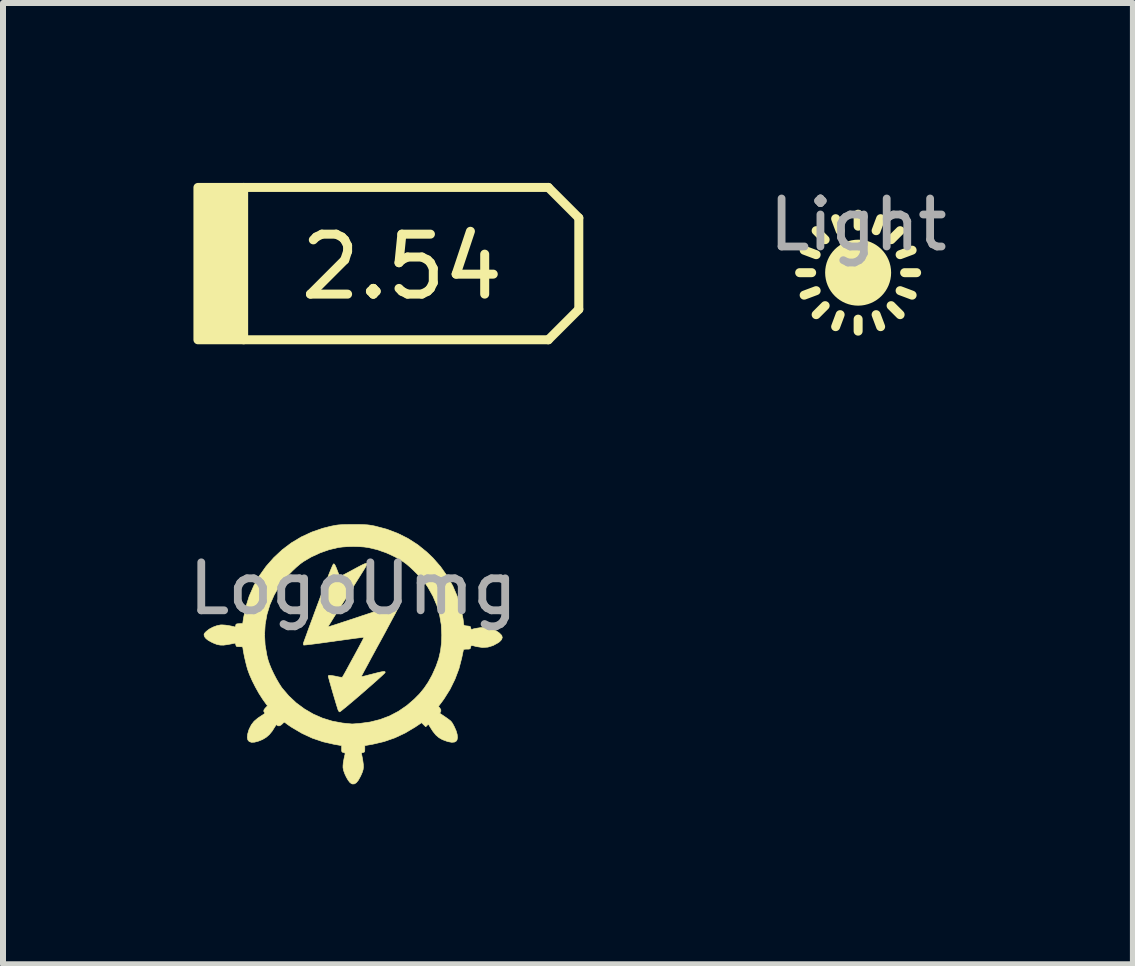
<source format=kicad_pcb>
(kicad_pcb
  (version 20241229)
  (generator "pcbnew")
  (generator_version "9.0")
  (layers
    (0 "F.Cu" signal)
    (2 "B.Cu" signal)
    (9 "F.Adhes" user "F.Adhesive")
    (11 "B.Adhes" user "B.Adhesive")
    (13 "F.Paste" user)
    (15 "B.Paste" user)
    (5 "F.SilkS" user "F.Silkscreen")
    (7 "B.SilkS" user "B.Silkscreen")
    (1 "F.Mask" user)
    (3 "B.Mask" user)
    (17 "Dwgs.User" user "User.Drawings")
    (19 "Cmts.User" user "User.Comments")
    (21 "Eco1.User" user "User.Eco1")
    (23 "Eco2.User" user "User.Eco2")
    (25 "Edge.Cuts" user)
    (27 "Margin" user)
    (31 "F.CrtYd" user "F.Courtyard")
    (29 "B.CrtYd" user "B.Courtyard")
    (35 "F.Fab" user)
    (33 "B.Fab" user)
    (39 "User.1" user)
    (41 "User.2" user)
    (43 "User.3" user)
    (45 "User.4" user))
  (footprint "Light"
    (layer "F.Cu")
    (at 11.257 1.496)
    (property "Reference" "Light" (at 0 -0.8 0) (layer "F.Fab") (effects (font (size 0.8 0.8) (thickness 0.13))))
    (attr through_hole)
    (fp_line (start -0.775 0) (end -0.975 0) (stroke (width 0.15) (type solid)) (layer "F.SilkS"))
    (fp_line (start -0.7 -0.3) (end -0.9 -0.375) (stroke (width 0.15) (type solid)) (layer "F.SilkS"))
    (fp_line (start -0.7 0.3) (end -0.9 0.375) (stroke (width 0.15) (type solid)) (layer "F.SilkS"))
    (fp_line (start -0.55 -0.55) (end -0.7 -0.7) (stroke (width 0.15) (type solid)) (layer "F.SilkS"))
    (fp_line (start -0.55 0.55) (end -0.7 0.7) (stroke (width 0.15) (type solid)) (layer "F.SilkS"))
    (fp_line (start -0.3 -0.7) (end -0.375 -0.9) (stroke (width 0.15) (type solid)) (layer "F.SilkS"))
    (fp_line (start -0.3 0.7) (end -0.375 0.9) (stroke (width 0.15) (type solid)) (layer "F.SilkS"))
    (fp_line (start 0 -0.775) (end 0 -0.975) (stroke (width 0.15) (type solid)) (layer "F.SilkS"))
    (fp_line (start 0 0.775) (end 0 0.975) (stroke (width 0.15) (type solid)) (layer "F.SilkS"))
    (fp_line (start 0.3 -0.7) (end 0.375 -0.9) (stroke (width 0.15) (type solid)) (layer "F.SilkS"))
    (fp_line (start 0.3 0.7) (end 0.375 0.9) (stroke (width 0.15) (type solid)) (layer "F.SilkS"))
    (fp_line (start 0.55 -0.55) (end 0.7 -0.7) (stroke (width 0.15) (type solid)) (layer "F.SilkS"))
    (fp_line (start 0.55 0.55) (end 0.7 0.7) (stroke (width 0.15) (type solid)) (layer "F.SilkS"))
    (fp_line (start 0.7 -0.3) (end 0.9 -0.375) (stroke (width 0.15) (type solid)) (layer "F.SilkS"))
    (fp_line (start 0.7 0.3) (end 0.9 0.375) (stroke (width 0.15) (type solid)) (layer "F.SilkS"))
    (fp_line (start 0.775 0) (end 0.975 0) (stroke (width 0.15) (type solid)) (layer "F.SilkS"))
    (fp_circle (center 0 0) (end 0.275 0) (stroke (width 0.55) (type solid)) (fill no) (layer "F.SilkS")))
  (footprint "2.54"
    (layer "F.Cu")
    (at 0.25 1.599)
    (property "Reference" "2.54" (at 3.4 -0.2 0) (layer "F.SilkS") (effects (font (size 1 1) (thickness 0.15))))
    (attr through_hole)
    (fp_line (start 0.762 -1.524) (end 5.842 -1.524) (stroke (width 0.15) (type solid)) (layer "F.SilkS"))
    (fp_line (start 5.842 -1.524) (end 6.35 -1.016) (stroke (width 0.15) (type solid)) (layer "F.SilkS"))
    (fp_line (start 5.842 1.016) (end 0.762 1.016) (stroke (width 0.15) (type solid)) (layer "F.SilkS"))
    (fp_line (start 6.35 -1.016) (end 6.35 0.508) (stroke (width 0.15) (type solid)) (layer "F.SilkS"))
    (fp_line (start 6.35 0.508) (end 5.842 1.016) (stroke (width 0.15) (type solid)) (layer "F.SilkS"))
    (fp_poly (pts (xy 0.762 1.016) (xy 0 1.016) (xy 0 -1.524) (xy 0.762 -1.524)) (stroke (width 0.15) (type solid)) (fill yes) (layer "F.SilkS")))
  (footprint "LogoUmg"
    (layer "F.Cu")
    (at 2.839 7.762)
    (property "Reference" "LogoUmg" (at 0 -1 0) (layer "F.Fab") (effects (font (size 0.8 0.8) (thickness 0.13))))
    (attr through_hole)
    (fp_poly (pts (xy 0.229 -1.419) (xy 0.233 -1.412) (xy 0.234 -1.409) (xy 0.228 -1.398) (xy 0.213 -1.372) (xy 0.189 -1.331) (xy 0.156 -1.278) (xy 0.116 -1.214) (xy 0.07 -1.141) (xy 0.019 -1.059) (xy -0.036 -0.972) (xy -0.095 -0.879) (xy -0.096 -0.878) (xy -0.155 -0.786) (xy -0.21 -0.698) (xy -0.261 -0.618) (xy -0.307 -0.546) (xy -0.346 -0.483) (xy -0.378 -0.431) (xy -0.403 -0.392) (xy -0.418 -0.368) (xy -0.423 -0.358) (xy -0.423 -0.358) (xy -0.413 -0.361) (xy -0.386 -0.37) (xy -0.342 -0.384) (xy -0.285 -0.402) (xy -0.215 -0.425) (xy -0.134 -0.452) (xy -0.043 -0.482) (xy 0.055 -0.514) (xy 0.158 -0.549) (xy 0.262 -0.583) (xy 0.361 -0.616) (xy 0.453 -0.646) (xy 0.535 -0.673) (xy 0.607 -0.697) (xy 0.667 -0.716) (xy 0.713 -0.73) (xy 0.742 -0.739) (xy 0.754 -0.742) (xy 0.769 -0.734) (xy 0.772 -0.725) (xy 0.767 -0.714) (xy 0.754 -0.686) (xy 0.732 -0.643) (xy 0.703 -0.587) (xy 0.667 -0.52) (xy 0.625 -0.442) (xy 0.579 -0.356) (xy 0.529 -0.262) (xy 0.475 -0.163) (xy 0.452 -0.121) (xy 0.397 -0.021) (xy 0.345 0.075) (xy 0.297 0.163) (xy 0.254 0.244) (xy 0.216 0.314) (xy 0.184 0.373) (xy 0.159 0.42) (xy 0.142 0.452) (xy 0.133 0.469) (xy 0.132 0.471) (xy 0.141 0.47) (xy 0.167 0.464) (xy 0.206 0.455) (xy 0.255 0.442) (xy 0.302 0.43) (xy 0.376 0.411) (xy 0.433 0.397) (xy 0.475 0.388) (xy 0.504 0.384) (xy 0.522 0.384) (xy 0.531 0.389) (xy 0.533 0.398) (xy 0.533 0.398) (xy 0.526 0.408) (xy 0.505 0.429) (xy 0.472 0.46) (xy 0.428 0.5) (xy 0.377 0.546) (xy 0.319 0.597) (xy 0.256 0.652) (xy 0.19 0.71) (xy 0.124 0.767) (xy 0.058 0.824) (xy -0.005 0.878) (xy -0.064 0.927) (xy -0.116 0.971) (xy -0.161 1.007) (xy -0.195 1.035) (xy -0.218 1.052) (xy -0.227 1.057) (xy -0.24 1.047) (xy -0.253 1.023) (xy -0.258 1.008) (xy -0.269 0.972) (xy -0.284 0.924) (xy -0.301 0.867) (xy -0.32 0.804) (xy -0.339 0.739) (xy -0.358 0.674) (xy -0.375 0.613) (xy -0.391 0.558) (xy -0.403 0.513) (xy -0.412 0.48) (xy -0.416 0.463) (xy -0.417 0.461) (xy -0.411 0.451) (xy -0.392 0.448) (xy -0.359 0.451) (xy -0.309 0.459) (xy -0.274 0.467) (xy -0.235 0.475) (xy -0.203 0.479) (xy -0.184 0.48) (xy -0.181 0.479) (xy -0.175 0.468) (xy -0.16 0.443) (xy -0.138 0.404) (xy -0.111 0.355) (xy -0.08 0.298) (xy -0.046 0.235) (xy -0.01 0.169) (xy 0.027 0.102) (xy 0.062 0.037) (xy 0.095 -0.024) (xy 0.124 -0.079) (xy 0.149 -0.126) (xy 0.167 -0.161) (xy 0.178 -0.182) (xy 0.181 -0.188) (xy 0.17 -0.188) (xy 0.142 -0.184) (xy 0.097 -0.178) (xy 0.038 -0.171) (xy -0.033 -0.161) (xy -0.115 -0.15) (xy -0.206 -0.137) (xy -0.303 -0.124) (xy -0.319 -0.121) (xy -0.417 -0.108) (xy -0.509 -0.095) (xy -0.593 -0.084) (xy -0.667 -0.074) (xy -0.73 -0.067) (xy -0.778 -0.061) (xy -0.81 -0.058) (xy -0.825 -0.057) (xy -0.825 -0.057) (xy -0.831 -0.071) (xy -0.831 -0.086) (xy -0.827 -0.099) (xy -0.816 -0.129) (xy -0.799 -0.176) (xy -0.777 -0.236) (xy -0.751 -0.309) (xy -0.72 -0.393) (xy -0.685 -0.487) (xy -0.648 -0.588) (xy -0.608 -0.696) (xy -0.584 -0.76) (xy -0.535 -0.892) (xy -0.493 -1.007) (xy -0.456 -1.104) (xy -0.425 -1.186) (xy -0.399 -1.253) (xy -0.377 -1.307) (xy -0.36 -1.348) (xy -0.347 -1.378) (xy -0.337 -1.398) (xy -0.329 -1.409) (xy -0.325 -1.412) (xy -0.314 -1.406) (xy -0.302 -1.387) (xy -0.286 -1.353) (xy -0.269 -1.31) (xy -0.253 -1.268) (xy -0.238 -1.233) (xy -0.227 -1.21) (xy -0.222 -1.203) (xy -0.211 -1.206) (xy -0.185 -1.218) (xy -0.146 -1.237) (xy -0.098 -1.262) (xy -0.042 -1.292) (xy -0.009 -1.31) (xy 0.065 -1.35) (xy 0.122 -1.38) (xy 0.166 -1.402) (xy 0.197 -1.415) (xy 0.217 -1.42) (xy 0.229 -1.419)) (stroke (width 0.01) (type solid)) (fill yes) (layer "F.SilkS"))
    (fp_poly (pts (xy 0.078 -2.067) (xy 0.14 -2.066) (xy 0.19 -2.064) (xy 0.231 -2.062) (xy 0.267 -2.058) (xy 0.303 -2.052) (xy 0.343 -2.045) (xy 0.366 -2.04) (xy 0.559 -1.989) (xy 0.741 -1.92) (xy 0.912 -1.835) (xy 1.074 -1.731) (xy 1.224 -1.61) (xy 1.327 -1.512) (xy 1.455 -1.366) (xy 1.566 -1.209) (xy 1.66 -1.043) (xy 1.735 -0.868) (xy 1.792 -0.684) (xy 1.831 -0.494) (xy 1.841 -0.406) (xy 1.845 -0.392) (xy 1.855 -0.383) (xy 1.877 -0.378) (xy 1.9 -0.376) (xy 1.932 -0.372) (xy 1.949 -0.367) (xy 1.957 -0.356) (xy 1.959 -0.342) (xy 1.965 -0.322) (xy 1.975 -0.318) (xy 2.008 -0.328) (xy 2.053 -0.337) (xy 2.104 -0.345) (xy 2.153 -0.351) (xy 2.193 -0.353) (xy 2.21 -0.353) (xy 2.27 -0.341) (xy 2.332 -0.319) (xy 2.389 -0.291) (xy 2.437 -0.258) (xy 2.471 -0.223) (xy 2.478 -0.212) (xy 2.485 -0.181) (xy 2.472 -0.147) (xy 2.44 -0.113) (xy 2.415 -0.095) (xy 2.331 -0.049) (xy 2.245 -0.023) (xy 2.155 -0.017) (xy 2.061 -0.031) (xy 2.046 -0.034) (xy 2.006 -0.045) (xy 1.981 -0.049) (xy 1.968 -0.047) (xy 1.961 -0.037) (xy 1.957 -0.02) (xy 1.953 -0.003) (xy 1.944 0.006) (xy 1.925 0.01) (xy 1.895 0.01) (xy 1.863 0.011) (xy 1.845 0.015) (xy 1.837 0.025) (xy 1.835 0.033) (xy 1.831 0.052) (xy 1.824 0.086) (xy 1.815 0.129) (xy 1.808 0.162) (xy 1.762 0.339) (xy 1.696 0.513) (xy 1.613 0.682) (xy 1.513 0.841) (xy 1.476 0.892) (xy 1.42 0.966) (xy 1.441 0.989) (xy 1.46 1.019) (xy 1.461 1.047) (xy 1.45 1.065) (xy 1.443 1.078) (xy 1.453 1.087) (xy 1.467 1.096) (xy 1.494 1.114) (xy 1.529 1.138) (xy 1.554 1.155) (xy 1.594 1.184) (xy 1.622 1.206) (xy 1.642 1.228) (xy 1.66 1.256) (xy 1.68 1.294) (xy 1.685 1.303) (xy 1.715 1.371) (xy 1.733 1.432) (xy 1.738 1.483) (xy 1.731 1.523) (xy 1.718 1.543) (xy 1.688 1.56) (xy 1.644 1.564) (xy 1.586 1.554) (xy 1.556 1.545) (xy 1.486 1.519) (xy 1.429 1.486) (xy 1.379 1.443) (xy 1.332 1.386) (xy 1.298 1.334) (xy 1.253 1.261) (xy 1.231 1.283) (xy 1.209 1.305) (xy 1.174 1.271) (xy 1.14 1.237) (xy 1.03 1.311) (xy 0.865 1.409) (xy 0.692 1.49) (xy 0.513 1.552) (xy 0.329 1.595) (xy 0.32 1.597) (xy 0.193 1.619) (xy 0.193 1.673) (xy 0.192 1.705) (xy 0.188 1.722) (xy 0.178 1.73) (xy 0.162 1.734) (xy 0.14 1.741) (xy 0.136 1.753) (xy 0.137 1.756) (xy 0.142 1.773) (xy 0.148 1.804) (xy 0.156 1.845) (xy 0.16 1.871) (xy 0.168 1.929) (xy 0.17 1.976) (xy 0.165 2.019) (xy 0.151 2.064) (xy 0.127 2.119) (xy 0.117 2.139) (xy 0.084 2.198) (xy 0.052 2.237) (xy 0.02 2.257) (xy -0.012 2.259) (xy -0.03 2.253) (xy -0.058 2.231) (xy -0.086 2.194) (xy -0.114 2.146) (xy -0.139 2.093) (xy -0.159 2.039) (xy -0.17 1.988) (xy -0.17 1.985) (xy -0.17 1.954) (xy -0.166 1.909) (xy -0.157 1.856) (xy -0.146 1.801) (xy -0.136 1.762) (xy -0.136 1.746) (xy -0.149 1.737) (xy -0.162 1.734) (xy -0.18 1.729) (xy -0.189 1.72) (xy -0.193 1.702) (xy -0.193 1.673) (xy -0.193 1.619) (xy -0.32 1.597) (xy -0.503 1.555) (xy -0.683 1.494) (xy -0.855 1.414) (xy -1.02 1.317) (xy -1.028 1.312) (xy -1.07 1.284) (xy -1.105 1.259) (xy -1.13 1.24) (xy -1.143 1.23) (xy -1.143 1.229) (xy -1.152 1.23) (xy -1.17 1.244) (xy -1.18 1.255) (xy -1.207 1.278) (xy -1.234 1.29) (xy -1.256 1.288) (xy -1.265 1.28) (xy -1.276 1.271) (xy -1.288 1.278) (xy -1.305 1.303) (xy -1.305 1.303) (xy -1.352 1.378) (xy -1.4 1.436) (xy -1.452 1.481) (xy -1.512 1.517) (xy -1.581 1.545) (xy -1.646 1.562) (xy -1.697 1.564) (xy -1.734 1.551) (xy -1.757 1.524) (xy -1.766 1.482) (xy -1.76 1.427) (xy -1.74 1.358) (xy -1.732 1.339) (xy -1.698 1.272) (xy -1.653 1.214) (xy -1.592 1.162) (xy -1.543 1.129) (xy -1.506 1.105) (xy -1.483 1.089) (xy -1.474 1.078) (xy -1.475 1.07) (xy -1.478 1.067) (xy -1.492 1.047) (xy -1.488 1.024) (xy -1.467 0.994) (xy -1.461 0.989) (xy -1.429 0.955) (xy -1.451 0.927) (xy -1.511 0.843) (xy -1.573 0.746) (xy -1.631 0.642) (xy -1.684 0.537) (xy -1.729 0.435) (xy -1.758 0.356) (xy -1.771 0.312) (xy -1.785 0.259) (xy -1.799 0.2) (xy -1.813 0.141) (xy -1.824 0.085) (xy -1.833 0.038) (xy -1.838 0.003) (xy -1.839 -0.009) (xy -1.841 -0.021) (xy -1.851 -0.028) (xy -1.872 -0.03) (xy -1.895 -0.03) (xy -1.927 -0.031) (xy -1.945 -0.035) (xy -1.953 -0.045) (xy -1.957 -0.062) (xy -1.964 -0.083) (xy -1.976 -0.089) (xy -1.985 -0.087) (xy -2.005 -0.083) (xy -2.038 -0.076) (xy -2.08 -0.068) (xy -2.098 -0.065) (xy -2.162 -0.056) (xy -2.217 -0.057) (xy -2.27 -0.067) (xy -2.327 -0.089) (xy -2.365 -0.107) (xy -2.418 -0.137) (xy -2.454 -0.165) (xy -2.476 -0.193) (xy -2.485 -0.216) (xy -2.486 -0.231) (xy -1.478 -0.231) (xy -1.469 -0.059) (xy -1.439 0.115) (xy -1.418 0.198) (xy -1.395 0.264) (xy -1.364 0.34) (xy -1.325 0.422) (xy -1.283 0.503) (xy -1.239 0.579) (xy -1.198 0.643) (xy -1.184 0.662) (xy -1.074 0.791) (xy -0.95 0.907) (xy -0.813 1.008) (xy -0.667 1.093) (xy -0.512 1.161) (xy -0.35 1.211) (xy -0.183 1.242) (xy -0.119 1.249) (xy -0.077 1.253) (xy -0.044 1.256) (xy -0.024 1.258) (xy -0.02 1.258) (xy -0.009 1.258) (xy 0.019 1.256) (xy 0.058 1.253) (xy 0.104 1.25) (xy 0.281 1.226) (xy 0.448 1.184) (xy 0.605 1.125) (xy 0.754 1.047) (xy 0.894 0.951) (xy 1.017 0.845) (xy 1.107 0.754) (xy 1.183 0.661) (xy 1.25 0.562) (xy 1.312 0.45) (xy 1.321 0.432) (xy 1.381 0.297) (xy 1.426 0.168) (xy 1.456 0.038) (xy 1.472 -0.097) (xy 1.476 -0.224) (xy 1.468 -0.395) (xy 1.44 -0.559) (xy 1.395 -0.717) (xy 1.33 -0.871) (xy 1.245 -1.022) (xy 1.229 -1.046) (xy 1.189 -1.102) (xy 1.136 -1.165) (xy 1.075 -1.232) (xy 1.01 -1.298) (xy 0.945 -1.359) (xy 0.884 -1.411) (xy 0.833 -1.448) (xy 0.697 -1.528) (xy 0.55 -1.596) (xy 0.397 -1.649) (xy 0.252 -1.683) (xy 0.18 -1.693) (xy 0.095 -1.699) (xy 0.003 -1.701) (xy -0.09 -1.699) (xy -0.176 -1.693) (xy -0.248 -1.684) (xy -0.252 -1.683) (xy -0.404 -1.647) (xy -0.556 -1.593) (xy -0.703 -1.525) (xy -0.833 -1.448) (xy -0.887 -1.408) (xy -0.949 -1.355) (xy -1.014 -1.294) (xy -1.079 -1.228) (xy -1.14 -1.161) (xy -1.192 -1.099) (xy -1.229 -1.046) (xy -1.318 -0.892) (xy -1.388 -0.733) (xy -1.438 -0.569) (xy -1.468 -0.402) (xy -1.478 -0.231) (xy -2.486 -0.231) (xy -2.487 -0.234) (xy -2.481 -0.251) (xy -2.464 -0.271) (xy -2.446 -0.288) (xy -2.399 -0.324) (xy -2.339 -0.356) (xy -2.274 -0.38) (xy -2.211 -0.393) (xy -2.21 -0.393) (xy -2.178 -0.393) (xy -2.133 -0.39) (xy -2.083 -0.383) (xy -2.034 -0.374) (xy -1.993 -0.365) (xy -1.975 -0.359) (xy -1.964 -0.364) (xy -1.959 -0.383) (xy -1.956 -0.399) (xy -1.947 -0.408) (xy -1.928 -0.412) (xy -1.899 -0.414) (xy -1.842 -0.417) (xy -1.83 -0.501) (xy -1.791 -0.69) (xy -1.734 -0.873) (xy -1.657 -1.048) (xy -1.563 -1.214) (xy -1.452 -1.37) (xy -1.327 -1.512) (xy -1.184 -1.646) (xy -1.03 -1.762) (xy -0.866 -1.86) (xy -0.691 -1.941) (xy -0.506 -2.005) (xy -0.366 -2.04) (xy -0.324 -2.048) (xy -0.286 -2.055) (xy -0.25 -2.06) (xy -0.212 -2.063) (xy -0.168 -2.065) (xy -0.113 -2.066) (xy -0.044 -2.067) (xy 0 -2.067) (xy 0.078 -2.067)) (stroke (width 0.01) (type solid)) (fill yes) (layer "F.SilkS")))
  (gr_rect
    (start -3 -3)
    (end 15.838 13.026)
    (stroke (width 0.1) (type default))
    (fill no)
    (layer "Edge.Cuts")))
</source>
